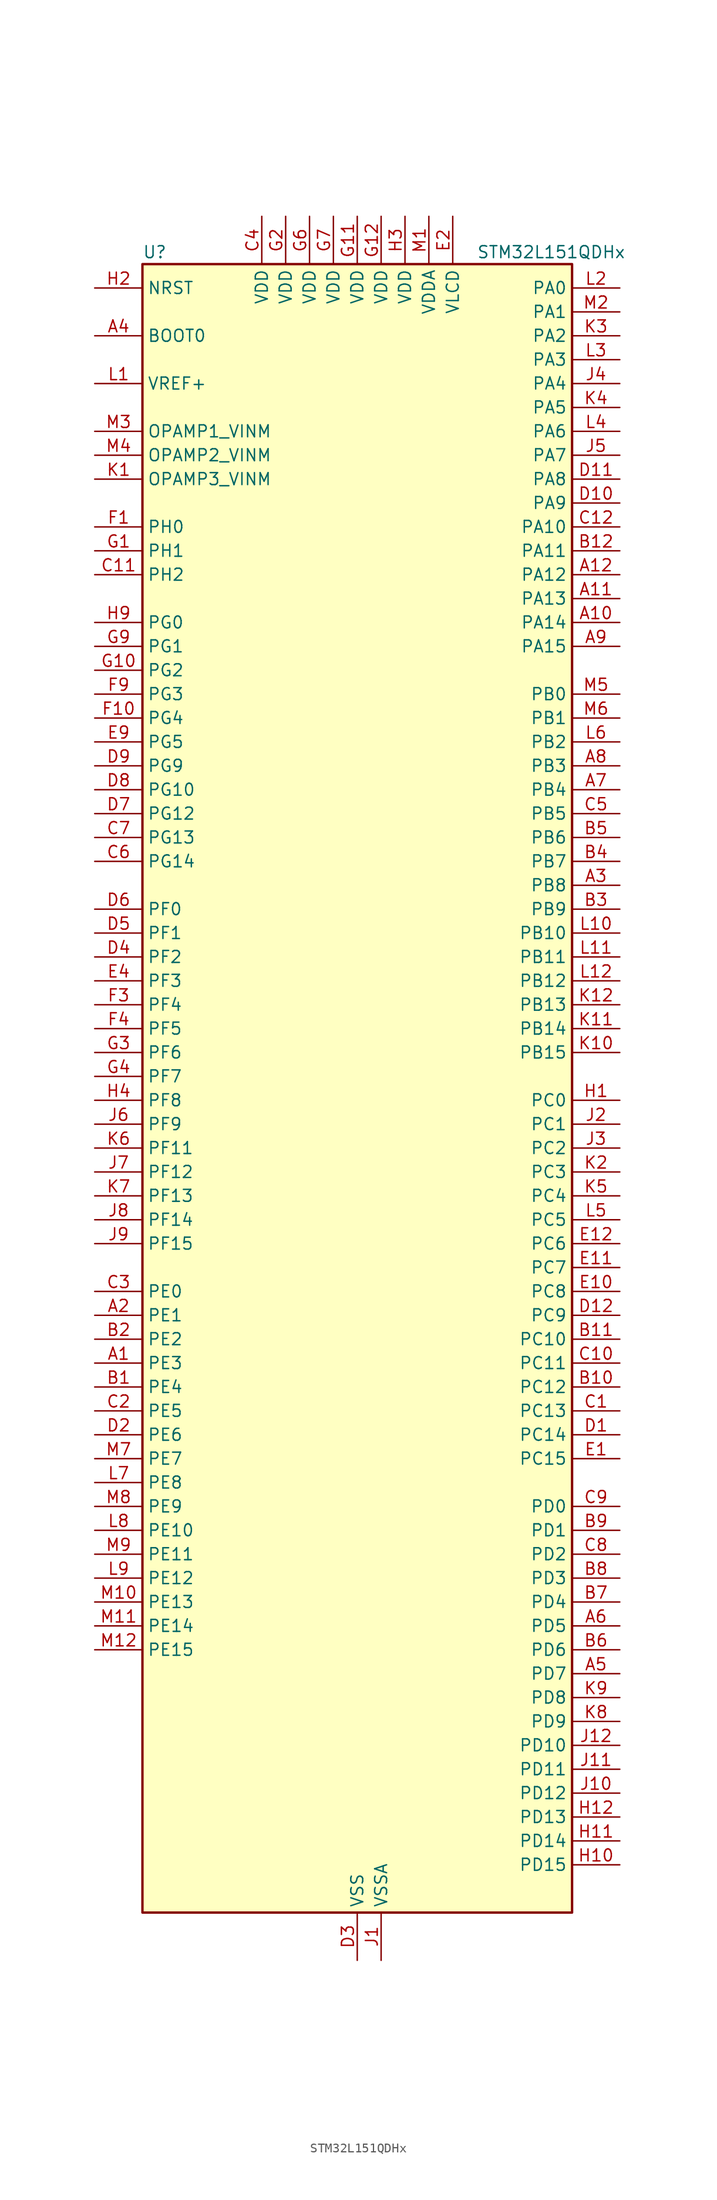
<source format=kicad_sym>
(kicad_symbol_lib
  (version 20231120)
  (generator "kicad-library-utils")
  (generator_version "8.0")
  (symbol "STM32L151QDHx"
    (property "Reference" "U"
      (at -22.86 90.17 0)
      (effects (font (size 1.27 1.27)) (justify left)))
    (property "Value" "STM32L151QDHx"
      (at 12.7 90.17 0)
      (effects (font (size 1.27 1.27)) (justify left)))
    (symbol "STM32L151QDHx_0_1"
      (rectangle (start -22.86 -86.36) (end 22.86 88.9) (stroke (width 0.254) (type default)) (fill (type background))))
    (symbol "STM32L151QDHx_1_1"
      (pin bidirectional line (at -27.94 -27.94 0) (length 5.08) (name "PE3" (effects (font (size 1.27 1.27)))) (number "A1" (effects (font (size 1.27 1.27)))) (alternate "FSMC_A19" bidirectional line) (alternate "SYS_TRACED0" bidirectional line) (alternate "TIM3_CH1" bidirectional line) (alternate "TIMX_IC4" bidirectional line))
      (pin bidirectional line (at 27.94 50.8 180) (length 5.08) (name "PA14" (effects (font (size 1.27 1.27)))) (number "A10" (effects (font (size 1.27 1.27)))) (alternate "SYS_JTCK-SWCLK" bidirectional line) (alternate "TIMX_IC3" bidirectional line) (alternate "TS_G5_IO2" bidirectional line))
      (pin bidirectional line (at 27.94 53.34 180) (length 5.08) (name "PA13" (effects (font (size 1.27 1.27)))) (number "A11" (effects (font (size 1.27 1.27)))) (alternate "SYS_JTMS-SWDIO" bidirectional line) (alternate "TIMX_IC2" bidirectional line) (alternate "TS_G5_IO1" bidirectional line))
      (pin bidirectional line (at 27.94 55.88 180) (length 5.08) (name "PA12" (effects (font (size 1.27 1.27)))) (number "A12" (effects (font (size 1.27 1.27)))) (alternate "SPI1_MOSI" bidirectional line) (alternate "TIMX_IC1" bidirectional line) (alternate "USART1_RTS" bidirectional line) (alternate "USB_DP" bidirectional line))
      (pin bidirectional line (at -27.94 -22.86 0) (length 5.08) (name "PE1" (effects (font (size 1.27 1.27)))) (number "A2" (effects (font (size 1.27 1.27)))) (alternate "FSMC_NBL1" bidirectional line) (alternate "TIM11_CH1" bidirectional line) (alternate "TIMX_IC2" bidirectional line))
      (pin bidirectional line (at 27.94 22.86 180) (length 5.08) (name "PB8" (effects (font (size 1.27 1.27)))) (number "A3" (effects (font (size 1.27 1.27)))) (alternate "I2C1_SCL" bidirectional line) (alternate "SDIO_D4" bidirectional line) (alternate "TIM10_CH1" bidirectional line) (alternate "TIM4_CH3" bidirectional line))
      (pin input line (at -27.94 81.28 0) (length 5.08) (name "BOOT0" (effects (font (size 1.27 1.27)))) (number "A4" (effects (font (size 1.27 1.27)))))
      (pin bidirectional line (at 27.94 -60.96 180) (length 5.08) (name "PD7" (effects (font (size 1.27 1.27)))) (number "A5" (effects (font (size 1.27 1.27)))) (alternate "FSMC_NE1" bidirectional line) (alternate "TIM9_CH2" bidirectional line) (alternate "TIMX_IC4" bidirectional line) (alternate "USART2_CK" bidirectional line))
      (pin bidirectional line (at 27.94 -55.88 180) (length 5.08) (name "PD5" (effects (font (size 1.27 1.27)))) (number "A6" (effects (font (size 1.27 1.27)))) (alternate "FSMC_NWE" bidirectional line) (alternate "TIMX_IC2" bidirectional line) (alternate "USART2_TX" bidirectional line))
      (pin bidirectional line (at 27.94 33.02 180) (length 5.08) (name "PB4" (effects (font (size 1.27 1.27)))) (number "A7" (effects (font (size 1.27 1.27)))) (alternate "COMP2_INP" bidirectional line) (alternate "SPI1_MISO" bidirectional line) (alternate "SPI3_MISO" bidirectional line) (alternate "SYS_JTRST" bidirectional line) (alternate "TIM3_CH1" bidirectional line) (alternate "TS_G6_IO1" bidirectional line))
      (pin bidirectional line (at 27.94 35.56 180) (length 5.08) (name "PB3" (effects (font (size 1.27 1.27)))) (number "A8" (effects (font (size 1.27 1.27)))) (alternate "COMP2_INM" bidirectional line) (alternate "I2S3_CK" bidirectional line) (alternate "SPI1_SCK" bidirectional line) (alternate "SPI3_SCK" bidirectional line) (alternate "SYS_JTDO-TRACESWO" bidirectional line) (alternate "TIM2_CH2" bidirectional line))
      (pin bidirectional line (at 27.94 48.26 180) (length 5.08) (name "PA15" (effects (font (size 1.27 1.27)))) (number "A9" (effects (font (size 1.27 1.27)))) (alternate "ADC_EXTI15" bidirectional line) (alternate "I2S3_WS" bidirectional line) (alternate "SPI1_NSS" bidirectional line) (alternate "SPI3_NSS" bidirectional line) (alternate "SYS_JTDI" bidirectional line) (alternate "TIM2_CH1" bidirectional line) (alternate "TIM2_ETR" bidirectional line) (alternate "TIMX_IC4" bidirectional line) (alternate "TS_G5_IO3" bidirectional line))
      (pin bidirectional line (at -27.94 -30.48 0) (length 5.08) (name "PE4" (effects (font (size 1.27 1.27)))) (number "B1" (effects (font (size 1.27 1.27)))) (alternate "FSMC_A20" bidirectional line) (alternate "SYS_TRACED1" bidirectional line) (alternate "TIM3_CH2" bidirectional line) (alternate "TIMX_IC1" bidirectional line))
      (pin bidirectional line (at 27.94 -30.48 180) (length 5.08) (name "PC12" (effects (font (size 1.27 1.27)))) (number "B10" (effects (font (size 1.27 1.27)))) (alternate "I2S3_SD" bidirectional line) (alternate "SDIO_CK" bidirectional line) (alternate "SPI3_MOSI" bidirectional line) (alternate "TIMX_IC1" bidirectional line) (alternate "UART5_TX" bidirectional line) (alternate "USART3_CK" bidirectional line))
      (pin bidirectional line (at 27.94 -25.4 180) (length 5.08) (name "PC10" (effects (font (size 1.27 1.27)))) (number "B11" (effects (font (size 1.27 1.27)))) (alternate "I2S3_CK" bidirectional line) (alternate "SDIO_D2" bidirectional line) (alternate "SPI3_SCK" bidirectional line) (alternate "TIMX_IC3" bidirectional line) (alternate "UART4_TX" bidirectional line) (alternate "USART3_TX" bidirectional line))
      (pin bidirectional line (at 27.94 58.42 180) (length 5.08) (name "PA11" (effects (font (size 1.27 1.27)))) (number "B12" (effects (font (size 1.27 1.27)))) (alternate "ADC_EXTI11" bidirectional line) (alternate "SPI1_MISO" bidirectional line) (alternate "TIMX_IC4" bidirectional line) (alternate "USART1_CTS" bidirectional line) (alternate "USB_DM" bidirectional line))
      (pin bidirectional line (at -27.94 -25.4 0) (length 5.08) (name "PE2" (effects (font (size 1.27 1.27)))) (number "B2" (effects (font (size 1.27 1.27)))) (alternate "FSMC_A23" bidirectional line) (alternate "SYS_TRACECK" bidirectional line) (alternate "TIM3_ETR" bidirectional line) (alternate "TIMX_IC3" bidirectional line))
      (pin bidirectional line (at 27.94 20.32 180) (length 5.08) (name "PB9" (effects (font (size 1.27 1.27)))) (number "B3" (effects (font (size 1.27 1.27)))) (alternate "DAC_EXTI9" bidirectional line) (alternate "I2C1_SDA" bidirectional line) (alternate "SDIO_D5" bidirectional line) (alternate "TIM11_CH1" bidirectional line) (alternate "TIM4_CH4" bidirectional line))
      (pin bidirectional line (at 27.94 25.4 180) (length 5.08) (name "PB7" (effects (font (size 1.27 1.27)))) (number "B4" (effects (font (size 1.27 1.27)))) (alternate "COMP2_INP" bidirectional line) (alternate "FSMC_NL" bidirectional line) (alternate "I2C1_SDA" bidirectional line) (alternate "SYS_PVD_IN" bidirectional line) (alternate "TIM4_CH2" bidirectional line) (alternate "TS_G6_IO4" bidirectional line) (alternate "USART1_RX" bidirectional line))
      (pin bidirectional line (at 27.94 27.94 180) (length 5.08) (name "PB6" (effects (font (size 1.27 1.27)))) (number "B5" (effects (font (size 1.27 1.27)))) (alternate "COMP2_INP" bidirectional line) (alternate "I2C1_SCL" bidirectional line) (alternate "TIM4_CH1" bidirectional line) (alternate "TS_G6_IO3" bidirectional line) (alternate "USART1_TX" bidirectional line))
      (pin bidirectional line (at 27.94 -58.42 180) (length 5.08) (name "PD6" (effects (font (size 1.27 1.27)))) (number "B6" (effects (font (size 1.27 1.27)))) (alternate "FSMC_NWAIT" bidirectional line) (alternate "TIMX_IC3" bidirectional line) (alternate "USART2_RX" bidirectional line))
      (pin bidirectional line (at 27.94 -53.34 180) (length 5.08) (name "PD4" (effects (font (size 1.27 1.27)))) (number "B7" (effects (font (size 1.27 1.27)))) (alternate "FSMC_NOE" bidirectional line) (alternate "I2S2_SD" bidirectional line) (alternate "SPI2_MOSI" bidirectional line) (alternate "TIMX_IC1" bidirectional line) (alternate "USART2_RTS" bidirectional line))
      (pin bidirectional line (at 27.94 -50.8 180) (length 5.08) (name "PD3" (effects (font (size 1.27 1.27)))) (number "B8" (effects (font (size 1.27 1.27)))) (alternate "FSMC_CLK" bidirectional line) (alternate "SPI2_MISO" bidirectional line) (alternate "TIMX_IC4" bidirectional line) (alternate "USART2_CTS" bidirectional line))
      (pin bidirectional line (at 27.94 -45.72 180) (length 5.08) (name "PD1" (effects (font (size 1.27 1.27)))) (number "B9" (effects (font (size 1.27 1.27)))) (alternate "FSMC_D3" bidirectional line) (alternate "FSMC_DA3" bidirectional line) (alternate "I2S2_CK" bidirectional line) (alternate "SPI2_SCK" bidirectional line) (alternate "TIMX_IC2" bidirectional line))
      (pin bidirectional line (at 27.94 -33.02 180) (length 5.08) (name "PC13" (effects (font (size 1.27 1.27)))) (number "C1" (effects (font (size 1.27 1.27)))) (alternate "RTC_OUT_ALARM" bidirectional line) (alternate "RTC_OUT_CALIB" bidirectional line) (alternate "RTC_TAMP1" bidirectional line) (alternate "RTC_TS" bidirectional line) (alternate "SYS_WKUP2" bidirectional line) (alternate "TIMX_IC2" bidirectional line))
      (pin bidirectional line (at 27.94 -27.94 180) (length 5.08) (name "PC11" (effects (font (size 1.27 1.27)))) (number "C10" (effects (font (size 1.27 1.27)))) (alternate "ADC_EXTI11" bidirectional line) (alternate "SDIO_D3" bidirectional line) (alternate "SPI3_MISO" bidirectional line) (alternate "TIMX_IC4" bidirectional line) (alternate "UART4_RX" bidirectional line) (alternate "USART3_RX" bidirectional line))
      (pin bidirectional line (at -27.94 55.88 0) (length 5.08) (name "PH2" (effects (font (size 1.27 1.27)))) (number "C11" (effects (font (size 1.27 1.27)))) (alternate "FSMC_A22" bidirectional line))
      (pin bidirectional line (at 27.94 60.96 180) (length 5.08) (name "PA10" (effects (font (size 1.27 1.27)))) (number "C12" (effects (font (size 1.27 1.27)))) (alternate "TIMX_IC3" bidirectional line) (alternate "TS_G4_IO3" bidirectional line) (alternate "USART1_RX" bidirectional line))
      (pin bidirectional line (at -27.94 -33.02 0) (length 5.08) (name "PE5" (effects (font (size 1.27 1.27)))) (number "C2" (effects (font (size 1.27 1.27)))) (alternate "FSMC_A21" bidirectional line) (alternate "SYS_TRACED2" bidirectional line) (alternate "TIM9_CH1" bidirectional line) (alternate "TIMX_IC2" bidirectional line))
      (pin bidirectional line (at -27.94 -20.32 0) (length 5.08) (name "PE0" (effects (font (size 1.27 1.27)))) (number "C3" (effects (font (size 1.27 1.27)))) (alternate "FSMC_NBL0" bidirectional line) (alternate "TIM10_CH1" bidirectional line) (alternate "TIM4_ETR" bidirectional line) (alternate "TIMX_IC1" bidirectional line))
      (pin power_in line (at -10.16 93.98 270) (length 5.08) (name "VDD" (effects (font (size 1.27 1.27)))) (number "C4" (effects (font (size 1.27 1.27)))))
      (pin bidirectional line (at 27.94 30.48 180) (length 5.08) (name "PB5" (effects (font (size 1.27 1.27)))) (number "C5" (effects (font (size 1.27 1.27)))) (alternate "COMP2_INP" bidirectional line) (alternate "I2C1_SMBA" bidirectional line) (alternate "I2S3_SD" bidirectional line) (alternate "SPI1_MOSI" bidirectional line) (alternate "SPI3_MOSI" bidirectional line) (alternate "TIM3_CH2" bidirectional line) (alternate "TS_G6_IO2" bidirectional line))
      (pin bidirectional line (at -27.94 25.4 0) (length 5.08) (name "PG14" (effects (font (size 1.27 1.27)))) (number "C6" (effects (font (size 1.27 1.27)))) (alternate "FSMC_A25" bidirectional line))
      (pin bidirectional line (at -27.94 27.94 0) (length 5.08) (name "PG13" (effects (font (size 1.27 1.27)))) (number "C7" (effects (font (size 1.27 1.27)))) (alternate "FSMC_A24" bidirectional line))
      (pin bidirectional line (at 27.94 -48.26 180) (length 5.08) (name "PD2" (effects (font (size 1.27 1.27)))) (number "C8" (effects (font (size 1.27 1.27)))) (alternate "SDIO_CMD" bidirectional line) (alternate "TIM3_ETR" bidirectional line) (alternate "TIMX_IC3" bidirectional line) (alternate "UART5_RX" bidirectional line))
      (pin bidirectional line (at 27.94 -43.18 180) (length 5.08) (name "PD0" (effects (font (size 1.27 1.27)))) (number "C9" (effects (font (size 1.27 1.27)))) (alternate "FSMC_D2" bidirectional line) (alternate "FSMC_DA2" bidirectional line) (alternate "I2S2_WS" bidirectional line) (alternate "SPI2_NSS" bidirectional line) (alternate "TIM9_CH1" bidirectional line) (alternate "TIMX_IC1" bidirectional line))
      (pin bidirectional line (at 27.94 -35.56 180) (length 5.08) (name "PC14" (effects (font (size 1.27 1.27)))) (number "D1" (effects (font (size 1.27 1.27)))) (alternate "RCC_OSC32_IN" bidirectional line) (alternate "TIMX_IC3" bidirectional line))
      (pin bidirectional line (at 27.94 63.5 180) (length 5.08) (name "PA9" (effects (font (size 1.27 1.27)))) (number "D10" (effects (font (size 1.27 1.27)))) (alternate "DAC_EXTI9" bidirectional line) (alternate "TIMX_IC2" bidirectional line) (alternate "TS_G4_IO2" bidirectional line) (alternate "USART1_TX" bidirectional line))
      (pin bidirectional line (at 27.94 66.04 180) (length 5.08) (name "PA8" (effects (font (size 1.27 1.27)))) (number "D11" (effects (font (size 1.27 1.27)))) (alternate "RCC_MCO" bidirectional line) (alternate "TIMX_IC1" bidirectional line) (alternate "TS_G4_IO1" bidirectional line) (alternate "USART1_CK" bidirectional line))
      (pin bidirectional line (at 27.94 -22.86 180) (length 5.08) (name "PC9" (effects (font (size 1.27 1.27)))) (number "D12" (effects (font (size 1.27 1.27)))) (alternate "DAC_EXTI9" bidirectional line) (alternate "SDIO_D1" bidirectional line) (alternate "TIM3_CH4" bidirectional line) (alternate "TIMX_IC2" bidirectional line) (alternate "TS_G10_IO4" bidirectional line))
      (pin bidirectional line (at -27.94 -35.56 0) (length 5.08) (name "PE6" (effects (font (size 1.27 1.27)))) (number "D2" (effects (font (size 1.27 1.27)))) (alternate "RTC_TAMP3" bidirectional line) (alternate "SYS_TRACED3" bidirectional line) (alternate "SYS_WKUP3" bidirectional line) (alternate "TIM9_CH2" bidirectional line) (alternate "TIMX_IC3" bidirectional line))
      (pin power_in line (at 0 -91.44 90) (length 5.08) (name "VSS" (effects (font (size 1.27 1.27)))) (number "D3" (effects (font (size 1.27 1.27)))))
      (pin bidirectional line (at -27.94 15.24 0) (length 5.08) (name "PF2" (effects (font (size 1.27 1.27)))) (number "D4" (effects (font (size 1.27 1.27)))) (alternate "FSMC_A2" bidirectional line))
      (pin bidirectional line (at -27.94 17.78 0) (length 5.08) (name "PF1" (effects (font (size 1.27 1.27)))) (number "D5" (effects (font (size 1.27 1.27)))) (alternate "FSMC_A1" bidirectional line))
      (pin bidirectional line (at -27.94 20.32 0) (length 5.08) (name "PF0" (effects (font (size 1.27 1.27)))) (number "D6" (effects (font (size 1.27 1.27)))) (alternate "FSMC_A0" bidirectional line))
      (pin bidirectional line (at -27.94 30.48 0) (length 5.08) (name "PG12" (effects (font (size 1.27 1.27)))) (number "D7" (effects (font (size 1.27 1.27)))) (alternate "FSMC_NE4" bidirectional line))
      (pin bidirectional line (at -27.94 33.02 0) (length 5.08) (name "PG10" (effects (font (size 1.27 1.27)))) (number "D8" (effects (font (size 1.27 1.27)))) (alternate "FSMC_NE3" bidirectional line))
      (pin bidirectional line (at -27.94 35.56 0) (length 5.08) (name "PG9" (effects (font (size 1.27 1.27)))) (number "D9" (effects (font (size 1.27 1.27)))) (alternate "DAC_EXTI9" bidirectional line) (alternate "FSMC_NE2" bidirectional line))
      (pin bidirectional line (at 27.94 -38.1 180) (length 5.08) (name "PC15" (effects (font (size 1.27 1.27)))) (number "E1" (effects (font (size 1.27 1.27)))) (alternate "ADC_EXTI15" bidirectional line) (alternate "RCC_OSC32_OUT" bidirectional line) (alternate "TIMX_IC4" bidirectional line))
      (pin bidirectional line (at 27.94 -20.32 180) (length 5.08) (name "PC8" (effects (font (size 1.27 1.27)))) (number "E10" (effects (font (size 1.27 1.27)))) (alternate "SDIO_D0" bidirectional line) (alternate "TIM3_CH3" bidirectional line) (alternate "TIMX_IC1" bidirectional line) (alternate "TS_G10_IO3" bidirectional line))
      (pin bidirectional line (at 27.94 -17.78 180) (length 5.08) (name "PC7" (effects (font (size 1.27 1.27)))) (number "E11" (effects (font (size 1.27 1.27)))) (alternate "I2S3_MCK" bidirectional line) (alternate "SDIO_D7" bidirectional line) (alternate "TIM3_CH2" bidirectional line) (alternate "TIMX_IC4" bidirectional line) (alternate "TS_G10_IO2" bidirectional line))
      (pin bidirectional line (at 27.94 -15.24 180) (length 5.08) (name "PC6" (effects (font (size 1.27 1.27)))) (number "E12" (effects (font (size 1.27 1.27)))) (alternate "I2S2_MCK" bidirectional line) (alternate "SDIO_D6" bidirectional line) (alternate "TIM3_CH1" bidirectional line) (alternate "TIMX_IC3" bidirectional line) (alternate "TS_G10_IO1" bidirectional line))
      (pin power_in line (at 10.16 93.98 270) (length 5.08) (name "VLCD" (effects (font (size 1.27 1.27)))) (number "E2" (effects (font (size 1.27 1.27)))))
      (pin passive line (at 0 -91.44 90) (length 5.08) hide (name "VSS" (effects (font (size 1.27 1.27)))) (number "E3" (effects (font (size 1.27 1.27)))))
      (pin bidirectional line (at -27.94 12.7 0) (length 5.08) (name "PF3" (effects (font (size 1.27 1.27)))) (number "E4" (effects (font (size 1.27 1.27)))) (alternate "FSMC_A3" bidirectional line))
      (pin bidirectional line (at -27.94 38.1 0) (length 5.08) (name "PG5" (effects (font (size 1.27 1.27)))) (number "E9" (effects (font (size 1.27 1.27)))) (alternate "FSMC_A15" bidirectional line))
      (pin bidirectional line (at -27.94 60.96 0) (length 5.08) (name "PH0" (effects (font (size 1.27 1.27)))) (number "F1" (effects (font (size 1.27 1.27)))) (alternate "RCC_OSC_IN" bidirectional line))
      (pin bidirectional line (at -27.94 40.64 0) (length 5.08) (name "PG4" (effects (font (size 1.27 1.27)))) (number "F10" (effects (font (size 1.27 1.27)))) (alternate "ADC_IN12b" bidirectional line) (alternate "FSMC_A14" bidirectional line) (alternate "TS_G7_IO7" bidirectional line))
      (pin passive line (at 0 -91.44 90) (length 5.08) hide (name "VSS" (effects (font (size 1.27 1.27)))) (number "F11" (effects (font (size 1.27 1.27)))))
      (pin passive line (at 0 -91.44 90) (length 5.08) hide (name "VSS" (effects (font (size 1.27 1.27)))) (number "F12" (effects (font (size 1.27 1.27)))))
      (pin passive line (at 0 -91.44 90) (length 5.08) hide (name "VSS" (effects (font (size 1.27 1.27)))) (number "F2" (effects (font (size 1.27 1.27)))))
      (pin bidirectional line (at -27.94 10.16 0) (length 5.08) (name "PF4" (effects (font (size 1.27 1.27)))) (number "F3" (effects (font (size 1.27 1.27)))) (alternate "FSMC_A4" bidirectional line))
      (pin bidirectional line (at -27.94 7.62 0) (length 5.08) (name "PF5" (effects (font (size 1.27 1.27)))) (number "F4" (effects (font (size 1.27 1.27)))) (alternate "FSMC_A5" bidirectional line))
      (pin passive line (at 0 -91.44 90) (length 5.08) hide (name "VSS" (effects (font (size 1.27 1.27)))) (number "F6" (effects (font (size 1.27 1.27)))))
      (pin passive line (at 0 -91.44 90) (length 5.08) hide (name "VSS" (effects (font (size 1.27 1.27)))) (number "F7" (effects (font (size 1.27 1.27)))))
      (pin bidirectional line (at -27.94 43.18 0) (length 5.08) (name "PG3" (effects (font (size 1.27 1.27)))) (number "F9" (effects (font (size 1.27 1.27)))) (alternate "ADC_IN11b" bidirectional line) (alternate "FSMC_A13" bidirectional line) (alternate "TS_G7_IO6" bidirectional line))
      (pin bidirectional line (at -27.94 58.42 0) (length 5.08) (name "PH1" (effects (font (size 1.27 1.27)))) (number "G1" (effects (font (size 1.27 1.27)))) (alternate "RCC_OSC_OUT" bidirectional line))
      (pin bidirectional line (at -27.94 45.72 0) (length 5.08) (name "PG2" (effects (font (size 1.27 1.27)))) (number "G10" (effects (font (size 1.27 1.27)))) (alternate "ADC_IN10b" bidirectional line) (alternate "FSMC_A12" bidirectional line) (alternate "TS_G7_IO5" bidirectional line))
      (pin power_in line (at 0 93.98 270) (length 5.08) (name "VDD" (effects (font (size 1.27 1.27)))) (number "G11" (effects (font (size 1.27 1.27)))))
      (pin power_in line (at 2.54 93.98 270) (length 5.08) (name "VDD" (effects (font (size 1.27 1.27)))) (number "G12" (effects (font (size 1.27 1.27)))))
      (pin power_in line (at -7.62 93.98 270) (length 5.08) (name "VDD" (effects (font (size 1.27 1.27)))) (number "G2" (effects (font (size 1.27 1.27)))))
      (pin bidirectional line (at -27.94 5.08 0) (length 5.08) (name "PF6" (effects (font (size 1.27 1.27)))) (number "G3" (effects (font (size 1.27 1.27)))) (alternate "ADC_IN27" bidirectional line) (alternate "TIM5_CH1" bidirectional line) (alternate "TIM5_ETR" bidirectional line) (alternate "TS_G11_IO1" bidirectional line))
      (pin bidirectional line (at -27.94 2.54 0) (length 5.08) (name "PF7" (effects (font (size 1.27 1.27)))) (number "G4" (effects (font (size 1.27 1.27)))) (alternate "ADC_IN28" bidirectional line) (alternate "COMP1_INP" bidirectional line) (alternate "TIM5_CH2" bidirectional line) (alternate "TS_G11_IO2" bidirectional line))
      (pin power_in line (at -5.08 93.98 270) (length 5.08) (name "VDD" (effects (font (size 1.27 1.27)))) (number "G6" (effects (font (size 1.27 1.27)))))
      (pin power_in line (at -2.54 93.98 270) (length 5.08) (name "VDD" (effects (font (size 1.27 1.27)))) (number "G7" (effects (font (size 1.27 1.27)))))
      (pin bidirectional line (at -27.94 48.26 0) (length 5.08) (name "PG1" (effects (font (size 1.27 1.27)))) (number "G9" (effects (font (size 1.27 1.27)))) (alternate "ADC_IN9b" bidirectional line) (alternate "FSMC_A11" bidirectional line) (alternate "TS_G2_IO5" bidirectional line))
      (pin bidirectional line (at 27.94 0 180) (length 5.08) (name "PC0" (effects (font (size 1.27 1.27)))) (number "H1" (effects (font (size 1.27 1.27)))) (alternate "ADC_IN10" bidirectional line) (alternate "COMP1_INP" bidirectional line) (alternate "TIMX_IC1" bidirectional line) (alternate "TS_G8_IO1" bidirectional line))
      (pin bidirectional line (at 27.94 -81.28 180) (length 5.08) (name "PD15" (effects (font (size 1.27 1.27)))) (number "H10" (effects (font (size 1.27 1.27)))) (alternate "ADC_EXTI15" bidirectional line) (alternate "FSMC_D1" bidirectional line) (alternate "FSMC_DA1" bidirectional line) (alternate "TIM4_CH4" bidirectional line) (alternate "TIMX_IC4" bidirectional line))
      (pin bidirectional line (at 27.94 -78.74 180) (length 5.08) (name "PD14" (effects (font (size 1.27 1.27)))) (number "H11" (effects (font (size 1.27 1.27)))) (alternate "FSMC_D0" bidirectional line) (alternate "FSMC_DA0" bidirectional line) (alternate "TIM4_CH3" bidirectional line) (alternate "TIMX_IC3" bidirectional line))
      (pin bidirectional line (at 27.94 -76.2 180) (length 5.08) (name "PD13" (effects (font (size 1.27 1.27)))) (number "H12" (effects (font (size 1.27 1.27)))) (alternate "FSMC_A18" bidirectional line) (alternate "TIM4_CH2" bidirectional line) (alternate "TIMX_IC2" bidirectional line))
      (pin input line (at -27.94 86.36 0) (length 5.08) (name "NRST" (effects (font (size 1.27 1.27)))) (number "H2" (effects (font (size 1.27 1.27)))))
      (pin power_in line (at 5.08 93.98 270) (length 5.08) (name "VDD" (effects (font (size 1.27 1.27)))) (number "H3" (effects (font (size 1.27 1.27)))))
      (pin bidirectional line (at -27.94 0 0) (length 5.08) (name "PF8" (effects (font (size 1.27 1.27)))) (number "H4" (effects (font (size 1.27 1.27)))) (alternate "ADC_IN29" bidirectional line) (alternate "COMP1_INP" bidirectional line) (alternate "TIM5_CH3" bidirectional line) (alternate "TS_G11_IO3" bidirectional line))
      (pin bidirectional line (at -27.94 50.8 0) (length 5.08) (name "PG0" (effects (font (size 1.27 1.27)))) (number "H9" (effects (font (size 1.27 1.27)))) (alternate "ADC_IN8b" bidirectional line) (alternate "FSMC_A10" bidirectional line) (alternate "TS_G2_IO4" bidirectional line))
      (pin power_in line (at 2.54 -91.44 90) (length 5.08) (name "VSSA" (effects (font (size 1.27 1.27)))) (number "J1" (effects (font (size 1.27 1.27)))))
      (pin bidirectional line (at 27.94 -73.66 180) (length 5.08) (name "PD12" (effects (font (size 1.27 1.27)))) (number "J10" (effects (font (size 1.27 1.27)))) (alternate "FSMC_A17" bidirectional line) (alternate "TIM4_CH1" bidirectional line) (alternate "TIMX_IC1" bidirectional line) (alternate "USART3_RTS" bidirectional line))
      (pin bidirectional line (at 27.94 -71.12 180) (length 5.08) (name "PD11" (effects (font (size 1.27 1.27)))) (number "J11" (effects (font (size 1.27 1.27)))) (alternate "ADC_EXTI11" bidirectional line) (alternate "FSMC_A16" bidirectional line) (alternate "TIMX_IC4" bidirectional line) (alternate "USART3_CTS" bidirectional line))
      (pin bidirectional line (at 27.94 -68.58 180) (length 5.08) (name "PD10" (effects (font (size 1.27 1.27)))) (number "J12" (effects (font (size 1.27 1.27)))) (alternate "FSMC_D15" bidirectional line) (alternate "FSMC_DA15" bidirectional line) (alternate "TIMX_IC3" bidirectional line) (alternate "USART3_CK" bidirectional line))
      (pin bidirectional line (at 27.94 -2.54 180) (length 5.08) (name "PC1" (effects (font (size 1.27 1.27)))) (number "J2" (effects (font (size 1.27 1.27)))) (alternate "ADC_IN11" bidirectional line) (alternate "COMP1_INP" bidirectional line) (alternate "OPAMP3_VINP" bidirectional line) (alternate "TIMX_IC2" bidirectional line) (alternate "TS_G8_IO2" bidirectional line))
      (pin bidirectional line (at 27.94 -5.08 180) (length 5.08) (name "PC2" (effects (font (size 1.27 1.27)))) (number "J3" (effects (font (size 1.27 1.27)))) (alternate "ADC_IN12" bidirectional line) (alternate "COMP1_INP" bidirectional line) (alternate "TIMX_IC3" bidirectional line) (alternate "TS_G8_IO3" bidirectional line))
      (pin bidirectional line (at 27.94 76.2 180) (length 5.08) (name "PA4" (effects (font (size 1.27 1.27)))) (number "J4" (effects (font (size 1.27 1.27)))) (alternate "ADC_IN4" bidirectional line) (alternate "COMP1_INP" bidirectional line) (alternate "DAC_OUT1" bidirectional line) (alternate "I2S3_WS" bidirectional line) (alternate "SPI1_NSS" bidirectional line) (alternate "SPI3_NSS" bidirectional line) (alternate "TIMX_IC1" bidirectional line) (alternate "USART2_CK" bidirectional line))
      (pin bidirectional line (at 27.94 68.58 180) (length 5.08) (name "PA7" (effects (font (size 1.27 1.27)))) (number "J5" (effects (font (size 1.27 1.27)))) (alternate "ADC_IN7" bidirectional line) (alternate "COMP1_INP" bidirectional line) (alternate "SPI1_MOSI" bidirectional line) (alternate "TIM11_CH1" bidirectional line) (alternate "TIM3_CH2" bidirectional line) (alternate "TIMX_IC4" bidirectional line) (alternate "TS_G2_IO2" bidirectional line))
      (pin bidirectional line (at -27.94 -2.54 0) (length 5.08) (name "PF9" (effects (font (size 1.27 1.27)))) (number "J6" (effects (font (size 1.27 1.27)))) (alternate "ADC_IN30" bidirectional line) (alternate "COMP1_INP" bidirectional line) (alternate "DAC_EXTI9" bidirectional line) (alternate "TIM5_CH4" bidirectional line) (alternate "TS_G11_IO4" bidirectional line))
      (pin bidirectional line (at -27.94 -7.62 0) (length 5.08) (name "PF12" (effects (font (size 1.27 1.27)))) (number "J7" (effects (font (size 1.27 1.27)))) (alternate "ADC_IN2b" bidirectional line) (alternate "FSMC_A6" bidirectional line) (alternate "TS_G3_IO5" bidirectional line))
      (pin bidirectional line (at -27.94 -12.7 0) (length 5.08) (name "PF14" (effects (font (size 1.27 1.27)))) (number "J8" (effects (font (size 1.27 1.27)))) (alternate "ADC_IN6b" bidirectional line) (alternate "FSMC_A8" bidirectional line) (alternate "TS_G9_IO4" bidirectional line))
      (pin bidirectional line (at -27.94 -15.24 0) (length 5.08) (name "PF15" (effects (font (size 1.27 1.27)))) (number "J9" (effects (font (size 1.27 1.27)))) (alternate "ADC_EXTI15" bidirectional line) (alternate "ADC_IN7b" bidirectional line) (alternate "FSMC_A9" bidirectional line) (alternate "TS_G2_IO3" bidirectional line))
      (pin input line (at -27.94 66.04 0) (length 5.08) (name "OPAMP3_VINM" (effects (font (size 1.27 1.27)))) (number "K1" (effects (font (size 1.27 1.27)))) (alternate "OPAMP3_VINM" bidirectional line))
      (pin bidirectional line (at 27.94 5.08 180) (length 5.08) (name "PB15" (effects (font (size 1.27 1.27)))) (number "K10" (effects (font (size 1.27 1.27)))) (alternate "ADC_EXTI15" bidirectional line) (alternate "ADC_IN21" bidirectional line) (alternate "COMP1_INP" bidirectional line) (alternate "I2S2_SD" bidirectional line) (alternate "RTC_REFIN" bidirectional line) (alternate "SPI2_MOSI" bidirectional line) (alternate "TIM11_CH1" bidirectional line) (alternate "TS_G7_IO4" bidirectional line))
      (pin bidirectional line (at 27.94 7.62 180) (length 5.08) (name "PB14" (effects (font (size 1.27 1.27)))) (number "K11" (effects (font (size 1.27 1.27)))) (alternate "ADC_IN20" bidirectional line) (alternate "COMP1_INP" bidirectional line) (alternate "SPI2_MISO" bidirectional line) (alternate "TIM9_CH2" bidirectional line) (alternate "TS_G7_IO3" bidirectional line) (alternate "USART3_RTS" bidirectional line))
      (pin bidirectional line (at 27.94 10.16 180) (length 5.08) (name "PB13" (effects (font (size 1.27 1.27)))) (number "K12" (effects (font (size 1.27 1.27)))) (alternate "ADC_IN19" bidirectional line) (alternate "COMP1_INP" bidirectional line) (alternate "I2S2_CK" bidirectional line) (alternate "SPI2_SCK" bidirectional line) (alternate "TIM9_CH1" bidirectional line) (alternate "TS_G7_IO2" bidirectional line) (alternate "USART3_CTS" bidirectional line))
      (pin bidirectional line (at 27.94 -7.62 180) (length 5.08) (name "PC3" (effects (font (size 1.27 1.27)))) (number "K2" (effects (font (size 1.27 1.27)))) (alternate "ADC_IN13" bidirectional line) (alternate "COMP1_INP" bidirectional line) (alternate "OPAMP3_VOUT" bidirectional line) (alternate "TIMX_IC4" bidirectional line) (alternate "TS_G8_IO4" bidirectional line))
      (pin bidirectional line (at 27.94 81.28 180) (length 5.08) (name "PA2" (effects (font (size 1.27 1.27)))) (number "K3" (effects (font (size 1.27 1.27)))) (alternate "ADC_IN2" bidirectional line) (alternate "COMP1_INP" bidirectional line) (alternate "TIM2_CH3" bidirectional line) (alternate "TIM5_CH3" bidirectional line) (alternate "TIM9_CH1" bidirectional line) (alternate "TIMX_IC3" bidirectional line) (alternate "TS_G1_IO3" bidirectional line) (alternate "USART2_TX" bidirectional line))
      (pin bidirectional line (at 27.94 73.66 180) (length 5.08) (name "PA5" (effects (font (size 1.27 1.27)))) (number "K4" (effects (font (size 1.27 1.27)))) (alternate "ADC_IN5" bidirectional line) (alternate "COMP1_INP" bidirectional line) (alternate "DAC_OUT2" bidirectional line) (alternate "SPI1_SCK" bidirectional line) (alternate "TIM2_CH1" bidirectional line) (alternate "TIM2_ETR" bidirectional line) (alternate "TIMX_IC2" bidirectional line))
      (pin bidirectional line (at 27.94 -10.16 180) (length 5.08) (name "PC4" (effects (font (size 1.27 1.27)))) (number "K5" (effects (font (size 1.27 1.27)))) (alternate "ADC_IN14" bidirectional line) (alternate "COMP1_INP" bidirectional line) (alternate "TIMX_IC1" bidirectional line) (alternate "TS_G9_IO1" bidirectional line))
      (pin bidirectional line (at -27.94 -5.08 0) (length 5.08) (name "PF11" (effects (font (size 1.27 1.27)))) (number "K6" (effects (font (size 1.27 1.27)))) (alternate "ADC_EXTI11" bidirectional line) (alternate "ADC_IN1b" bidirectional line) (alternate "TS_G3_IO4" bidirectional line))
      (pin bidirectional line (at -27.94 -10.16 0) (length 5.08) (name "PF13" (effects (font (size 1.27 1.27)))) (number "K7" (effects (font (size 1.27 1.27)))) (alternate "ADC_IN3b" bidirectional line) (alternate "FSMC_A7" bidirectional line) (alternate "TS_G9_IO3" bidirectional line))
      (pin bidirectional line (at 27.94 -66.04 180) (length 5.08) (name "PD9" (effects (font (size 1.27 1.27)))) (number "K8" (effects (font (size 1.27 1.27)))) (alternate "DAC_EXTI9" bidirectional line) (alternate "FSMC_D14" bidirectional line) (alternate "FSMC_DA14" bidirectional line) (alternate "TIMX_IC2" bidirectional line) (alternate "USART3_RX" bidirectional line))
      (pin bidirectional line (at 27.94 -63.5 180) (length 5.08) (name "PD8" (effects (font (size 1.27 1.27)))) (number "K9" (effects (font (size 1.27 1.27)))) (alternate "FSMC_D13" bidirectional line) (alternate "FSMC_DA13" bidirectional line) (alternate "TIMX_IC1" bidirectional line) (alternate "USART3_TX" bidirectional line))
      (pin input line (at -27.94 76.2 0) (length 5.08) (name "VREF+" (effects (font (size 1.27 1.27)))) (number "L1" (effects (font (size 1.27 1.27)))))
      (pin bidirectional line (at 27.94 17.78 180) (length 5.08) (name "PB10" (effects (font (size 1.27 1.27)))) (number "L10" (effects (font (size 1.27 1.27)))) (alternate "I2C2_SCL" bidirectional line) (alternate "TIM2_CH3" bidirectional line) (alternate "USART3_TX" bidirectional line))
      (pin bidirectional line (at 27.94 15.24 180) (length 5.08) (name "PB11" (effects (font (size 1.27 1.27)))) (number "L11" (effects (font (size 1.27 1.27)))) (alternate "ADC_EXTI11" bidirectional line) (alternate "I2C2_SDA" bidirectional line) (alternate "TIM2_CH4" bidirectional line) (alternate "USART3_RX" bidirectional line))
      (pin bidirectional line (at 27.94 12.7 180) (length 5.08) (name "PB12" (effects (font (size 1.27 1.27)))) (number "L12" (effects (font (size 1.27 1.27)))) (alternate "ADC_IN18" bidirectional line) (alternate "COMP1_INP" bidirectional line) (alternate "I2C2_SMBA" bidirectional line) (alternate "I2S2_WS" bidirectional line) (alternate "SPI2_NSS" bidirectional line) (alternate "TIM10_CH1" bidirectional line) (alternate "TS_G7_IO1" bidirectional line) (alternate "USART3_CK" bidirectional line))
      (pin bidirectional line (at 27.94 86.36 180) (length 5.08) (name "PA0" (effects (font (size 1.27 1.27)))) (number "L2" (effects (font (size 1.27 1.27)))) (alternate "ADC_IN0" bidirectional line) (alternate "COMP1_INP" bidirectional line) (alternate "RTC_TAMP2" bidirectional line) (alternate "SYS_WKUP1" bidirectional line) (alternate "TIM2_CH1" bidirectional line) (alternate "TIM2_ETR" bidirectional line) (alternate "TIM5_CH1" bidirectional line) (alternate "TIMX_IC1" bidirectional line) (alternate "TS_G1_IO1" bidirectional line) (alternate "USART2_CTS" bidirectional line))
      (pin bidirectional line (at 27.94 78.74 180) (length 5.08) (name "PA3" (effects (font (size 1.27 1.27)))) (number "L3" (effects (font (size 1.27 1.27)))) (alternate "ADC_IN3" bidirectional line) (alternate "COMP1_INP" bidirectional line) (alternate "OPAMP1_VOUT" bidirectional line) (alternate "TIM2_CH4" bidirectional line) (alternate "TIM5_CH4" bidirectional line) (alternate "TIM9_CH2" bidirectional line) (alternate "TIMX_IC4" bidirectional line) (alternate "TS_G1_IO4" bidirectional line) (alternate "USART2_RX" bidirectional line))
      (pin bidirectional line (at 27.94 71.12 180) (length 5.08) (name "PA6" (effects (font (size 1.27 1.27)))) (number "L4" (effects (font (size 1.27 1.27)))) (alternate "ADC_IN6" bidirectional line) (alternate "COMP1_INP" bidirectional line) (alternate "OPAMP2_VINP" bidirectional line) (alternate "SPI1_MISO" bidirectional line) (alternate "TIM10_CH1" bidirectional line) (alternate "TIM3_CH1" bidirectional line) (alternate "TIMX_IC3" bidirectional line) (alternate "TS_G2_IO1" bidirectional line))
      (pin bidirectional line (at 27.94 -12.7 180) (length 5.08) (name "PC5" (effects (font (size 1.27 1.27)))) (number "L5" (effects (font (size 1.27 1.27)))) (alternate "ADC_IN15" bidirectional line) (alternate "COMP1_INP" bidirectional line) (alternate "TIMX_IC2" bidirectional line) (alternate "TS_G9_IO2" bidirectional line))
      (pin bidirectional line (at 27.94 38.1 180) (length 5.08) (name "PB2" (effects (font (size 1.27 1.27)))) (number "L6" (effects (font (size 1.27 1.27)))) (alternate "ADC_IN0b" bidirectional line) (alternate "TS_G3_IO3" bidirectional line))
      (pin bidirectional line (at -27.94 -40.64 0) (length 5.08) (name "PE8" (effects (font (size 1.27 1.27)))) (number "L7" (effects (font (size 1.27 1.27)))) (alternate "ADC_IN23" bidirectional line) (alternate "COMP1_INP" bidirectional line) (alternate "FSMC_D5" bidirectional line) (alternate "FSMC_DA5" bidirectional line) (alternate "TIMX_IC1" bidirectional line))
      (pin bidirectional line (at -27.94 -45.72 0) (length 5.08) (name "PE10" (effects (font (size 1.27 1.27)))) (number "L8" (effects (font (size 1.27 1.27)))) (alternate "ADC_IN25" bidirectional line) (alternate "COMP1_INP" bidirectional line) (alternate "FSMC_D7" bidirectional line) (alternate "FSMC_DA7" bidirectional line) (alternate "TIM2_CH2" bidirectional line) (alternate "TIMX_IC3" bidirectional line))
      (pin bidirectional line (at -27.94 -50.8 0) (length 5.08) (name "PE12" (effects (font (size 1.27 1.27)))) (number "L9" (effects (font (size 1.27 1.27)))) (alternate "FSMC_D9" bidirectional line) (alternate "FSMC_DA9" bidirectional line) (alternate "SPI1_NSS" bidirectional line) (alternate "TIM2_CH4" bidirectional line) (alternate "TIMX_IC1" bidirectional line))
      (pin power_in line (at 7.62 93.98 270) (length 5.08) (name "VDDA" (effects (font (size 1.27 1.27)))) (number "M1" (effects (font (size 1.27 1.27)))))
      (pin bidirectional line (at -27.94 -53.34 0) (length 5.08) (name "PE13" (effects (font (size 1.27 1.27)))) (number "M10" (effects (font (size 1.27 1.27)))) (alternate "FSMC_D10" bidirectional line) (alternate "FSMC_DA10" bidirectional line) (alternate "SPI1_SCK" bidirectional line) (alternate "TIMX_IC2" bidirectional line))
      (pin bidirectional line (at -27.94 -55.88 0) (length 5.08) (name "PE14" (effects (font (size 1.27 1.27)))) (number "M11" (effects (font (size 1.27 1.27)))) (alternate "FSMC_D11" bidirectional line) (alternate "FSMC_DA11" bidirectional line) (alternate "SPI1_MISO" bidirectional line) (alternate "TIMX_IC3" bidirectional line))
      (pin bidirectional line (at -27.94 -58.42 0) (length 5.08) (name "PE15" (effects (font (size 1.27 1.27)))) (number "M12" (effects (font (size 1.27 1.27)))) (alternate "ADC_EXTI15" bidirectional line) (alternate "FSMC_D12" bidirectional line) (alternate "FSMC_DA12" bidirectional line) (alternate "SPI1_MOSI" bidirectional line) (alternate "TIMX_IC4" bidirectional line))
      (pin bidirectional line (at 27.94 83.82 180) (length 5.08) (name "PA1" (effects (font (size 1.27 1.27)))) (number "M2" (effects (font (size 1.27 1.27)))) (alternate "ADC_IN1" bidirectional line) (alternate "COMP1_INP" bidirectional line) (alternate "OPAMP1_VINP" bidirectional line) (alternate "TIM2_CH2" bidirectional line) (alternate "TIM5_CH2" bidirectional line) (alternate "TIMX_IC2" bidirectional line) (alternate "TS_G1_IO2" bidirectional line) (alternate "USART2_RTS" bidirectional line))
      (pin input line (at -27.94 71.12 0) (length 5.08) (name "OPAMP1_VINM" (effects (font (size 1.27 1.27)))) (number "M3" (effects (font (size 1.27 1.27)))) (alternate "OPAMP1_VINM" bidirectional line))
      (pin input line (at -27.94 68.58 0) (length 5.08) (name "OPAMP2_VINM" (effects (font (size 1.27 1.27)))) (number "M4" (effects (font (size 1.27 1.27)))) (alternate "OPAMP2_VINM" bidirectional line))
      (pin bidirectional line (at 27.94 43.18 180) (length 5.08) (name "PB0" (effects (font (size 1.27 1.27)))) (number "M5" (effects (font (size 1.27 1.27)))) (alternate "ADC_IN8" bidirectional line) (alternate "COMP1_INP" bidirectional line) (alternate "OPAMP2_VOUT" bidirectional line) (alternate "SYS_V_REF_OUT" bidirectional line) (alternate "TIM3_CH3" bidirectional line) (alternate "TS_G3_IO1" bidirectional line))
      (pin bidirectional line (at 27.94 40.64 180) (length 5.08) (name "PB1" (effects (font (size 1.27 1.27)))) (number "M6" (effects (font (size 1.27 1.27)))) (alternate "ADC_IN9" bidirectional line) (alternate "COMP1_INP" bidirectional line) (alternate "SYS_V_REF_OUT" bidirectional line) (alternate "TIM3_CH4" bidirectional line) (alternate "TS_G3_IO2" bidirectional line))
      (pin bidirectional line (at -27.94 -38.1 0) (length 5.08) (name "PE7" (effects (font (size 1.27 1.27)))) (number "M7" (effects (font (size 1.27 1.27)))) (alternate "ADC_IN22" bidirectional line) (alternate "COMP1_INP" bidirectional line) (alternate "FSMC_D4" bidirectional line) (alternate "FSMC_DA4" bidirectional line) (alternate "TIMX_IC4" bidirectional line))
      (pin bidirectional line (at -27.94 -43.18 0) (length 5.08) (name "PE9" (effects (font (size 1.27 1.27)))) (number "M8" (effects (font (size 1.27 1.27)))) (alternate "ADC_IN24" bidirectional line) (alternate "COMP1_INP" bidirectional line) (alternate "DAC_EXTI9" bidirectional line) (alternate "FSMC_D6" bidirectional line) (alternate "FSMC_DA6" bidirectional line) (alternate "TIM2_CH1" bidirectional line) (alternate "TIM2_ETR" bidirectional line) (alternate "TIMX_IC2" bidirectional line))
      (pin bidirectional line (at -27.94 -48.26 0) (length 5.08) (name "PE11" (effects (font (size 1.27 1.27)))) (number "M9" (effects (font (size 1.27 1.27)))) (alternate "ADC_EXTI11" bidirectional line) (alternate "FSMC_D8" bidirectional line) (alternate "FSMC_DA8" bidirectional line) (alternate "TIM2_CH3" bidirectional line) (alternate "TIMX_IC4" bidirectional line)))))
</source>
